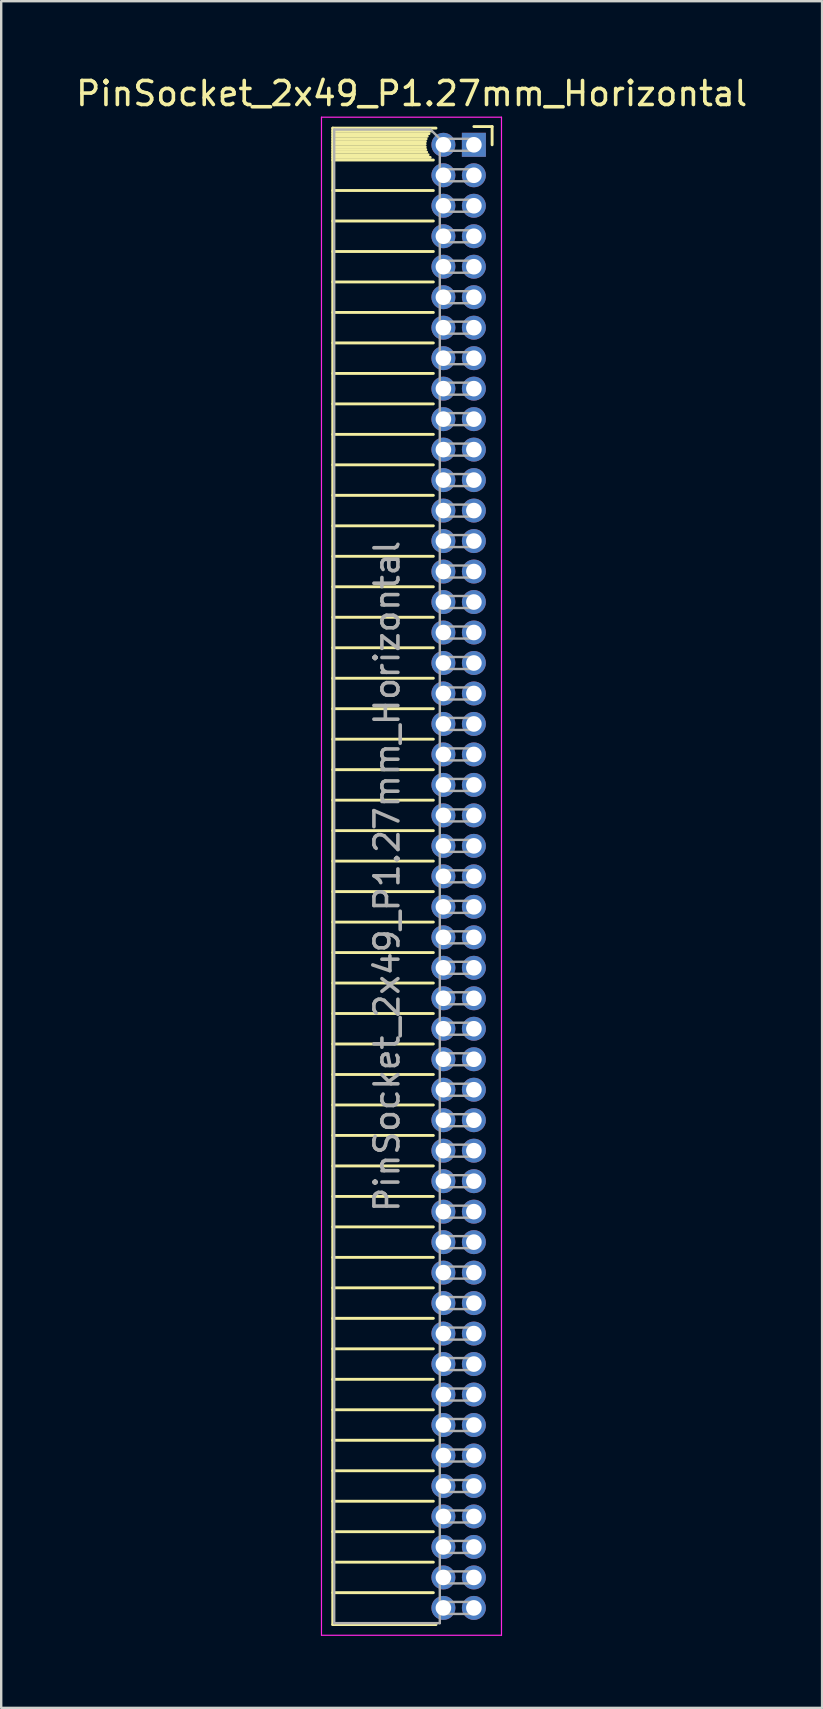
<source format=kicad_pcb>
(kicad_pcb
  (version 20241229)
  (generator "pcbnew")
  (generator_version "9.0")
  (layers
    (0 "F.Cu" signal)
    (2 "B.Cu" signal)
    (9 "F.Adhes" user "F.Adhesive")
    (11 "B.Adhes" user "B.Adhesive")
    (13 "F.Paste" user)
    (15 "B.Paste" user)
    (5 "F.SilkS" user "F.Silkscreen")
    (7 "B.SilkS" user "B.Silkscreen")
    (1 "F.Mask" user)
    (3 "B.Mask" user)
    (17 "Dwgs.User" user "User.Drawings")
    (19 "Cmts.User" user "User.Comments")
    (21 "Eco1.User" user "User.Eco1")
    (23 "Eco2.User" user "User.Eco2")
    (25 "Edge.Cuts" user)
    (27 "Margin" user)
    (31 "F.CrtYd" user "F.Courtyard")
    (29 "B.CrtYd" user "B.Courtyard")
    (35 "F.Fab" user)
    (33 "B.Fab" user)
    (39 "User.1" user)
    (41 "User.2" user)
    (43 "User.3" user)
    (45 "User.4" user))
  (footprint "PinSocket_2x49_P1.27mm_Horizontal"
    (layer "F.Cu")
    (at 16.694 2.983)
    (property "Reference" "PinSocket_2x49_P1.27mm_Horizontal" (at -2.592 -2.135 0) (layer "F.SilkS") (effects (font (size 1 1) (thickness 0.15))))
    (attr through_hole)
    (fp_line (start -5.88 -0.695) (end -5.88 61.655) (stroke (width 0.12) (type solid)) (layer "F.SilkS"))
    (fp_line (start -5.88 -0.695) (end -1.578 -0.695) (stroke (width 0.12) (type solid)) (layer "F.SilkS"))
    (fp_line (start -5.88 -0.575) (end -1.767 -0.575) (stroke (width 0.12) (type solid)) (layer "F.SilkS"))
    (fp_line (start -5.88 -0.465) (end -1.871 -0.465) (stroke (width 0.12) (type solid)) (layer "F.SilkS"))
    (fp_line (start -5.88 -0.355) (end -1.942 -0.355) (stroke (width 0.12) (type solid)) (layer "F.SilkS"))
    (fp_line (start -5.88 -0.245) (end -1.989 -0.245) (stroke (width 0.12) (type solid)) (layer "F.SilkS"))
    (fp_line (start -5.88 -0.135) (end -2.018 -0.135) (stroke (width 0.12) (type solid)) (layer "F.SilkS"))
    (fp_line (start -5.88 -0.025) (end -2.03 -0.025) (stroke (width 0.12) (type solid)) (layer "F.SilkS"))
    (fp_line (start -5.88 0.085) (end -2.025 0.085) (stroke (width 0.12) (type solid)) (layer "F.SilkS"))
    (fp_line (start -5.88 0.195) (end -2.005 0.195) (stroke (width 0.12) (type solid)) (layer "F.SilkS"))
    (fp_line (start -5.88 0.305) (end -1.966 0.305) (stroke (width 0.12) (type solid)) (layer "F.SilkS"))
    (fp_line (start -5.88 0.415) (end -1.907 0.415) (stroke (width 0.12) (type solid)) (layer "F.SilkS"))
    (fp_line (start -5.88 0.525) (end -1.82 0.525) (stroke (width 0.12) (type solid)) (layer "F.SilkS"))
    (fp_line (start -5.88 0.635) (end -1.688 0.635) (stroke (width 0.12) (type solid)) (layer "F.SilkS"))
    (fp_line (start -5.88 1.905) (end -1.688 1.905) (stroke (width 0.12) (type solid)) (layer "F.SilkS"))
    (fp_line (start -5.88 3.175) (end -1.688 3.175) (stroke (width 0.12) (type solid)) (layer "F.SilkS"))
    (fp_line (start -5.88 4.445) (end -1.688 4.445) (stroke (width 0.12) (type solid)) (layer "F.SilkS"))
    (fp_line (start -5.88 5.715) (end -1.688 5.715) (stroke (width 0.12) (type solid)) (layer "F.SilkS"))
    (fp_line (start -5.88 6.985) (end -1.688 6.985) (stroke (width 0.12) (type solid)) (layer "F.SilkS"))
    (fp_line (start -5.88 8.255) (end -1.688 8.255) (stroke (width 0.12) (type solid)) (layer "F.SilkS"))
    (fp_line (start -5.88 9.525) (end -1.688 9.525) (stroke (width 0.12) (type solid)) (layer "F.SilkS"))
    (fp_line (start -5.88 10.795) (end -1.688 10.795) (stroke (width 0.12) (type solid)) (layer "F.SilkS"))
    (fp_line (start -5.88 12.065) (end -1.688 12.065) (stroke (width 0.12) (type solid)) (layer "F.SilkS"))
    (fp_line (start -5.88 13.335) (end -1.688 13.335) (stroke (width 0.12) (type solid)) (layer "F.SilkS"))
    (fp_line (start -5.88 14.605) (end -1.688 14.605) (stroke (width 0.12) (type solid)) (layer "F.SilkS"))
    (fp_line (start -5.88 15.875) (end -1.688 15.875) (stroke (width 0.12) (type solid)) (layer "F.SilkS"))
    (fp_line (start -5.88 17.145) (end -1.688 17.145) (stroke (width 0.12) (type solid)) (layer "F.SilkS"))
    (fp_line (start -5.88 18.415) (end -1.688 18.415) (stroke (width 0.12) (type solid)) (layer "F.SilkS"))
    (fp_line (start -5.88 19.685) (end -1.688 19.685) (stroke (width 0.12) (type solid)) (layer "F.SilkS"))
    (fp_line (start -5.88 20.955) (end -1.688 20.955) (stroke (width 0.12) (type solid)) (layer "F.SilkS"))
    (fp_line (start -5.88 22.225) (end -1.688 22.225) (stroke (width 0.12) (type solid)) (layer "F.SilkS"))
    (fp_line (start -5.88 23.495) (end -1.688 23.495) (stroke (width 0.12) (type solid)) (layer "F.SilkS"))
    (fp_line (start -5.88 24.765) (end -1.688 24.765) (stroke (width 0.12) (type solid)) (layer "F.SilkS"))
    (fp_line (start -5.88 26.035) (end -1.688 26.035) (stroke (width 0.12) (type solid)) (layer "F.SilkS"))
    (fp_line (start -5.88 27.305) (end -1.688 27.305) (stroke (width 0.12) (type solid)) (layer "F.SilkS"))
    (fp_line (start -5.88 28.575) (end -1.688 28.575) (stroke (width 0.12) (type solid)) (layer "F.SilkS"))
    (fp_line (start -5.88 29.845) (end -1.688 29.845) (stroke (width 0.12) (type solid)) (layer "F.SilkS"))
    (fp_line (start -5.88 31.115) (end -1.688 31.115) (stroke (width 0.12) (type solid)) (layer "F.SilkS"))
    (fp_line (start -5.88 32.385) (end -1.688 32.385) (stroke (width 0.12) (type solid)) (layer "F.SilkS"))
    (fp_line (start -5.88 33.655) (end -1.688 33.655) (stroke (width 0.12) (type solid)) (layer "F.SilkS"))
    (fp_line (start -5.88 34.925) (end -1.688 34.925) (stroke (width 0.12) (type solid)) (layer "F.SilkS"))
    (fp_line (start -5.88 36.195) (end -1.688 36.195) (stroke (width 0.12) (type solid)) (layer "F.SilkS"))
    (fp_line (start -5.88 37.465) (end -1.688 37.465) (stroke (width 0.12) (type solid)) (layer "F.SilkS"))
    (fp_line (start -5.88 38.735) (end -1.688 38.735) (stroke (width 0.12) (type solid)) (layer "F.SilkS"))
    (fp_line (start -5.88 40.005) (end -1.688 40.005) (stroke (width 0.12) (type solid)) (layer "F.SilkS"))
    (fp_line (start -5.88 41.275) (end -1.688 41.275) (stroke (width 0.12) (type solid)) (layer "F.SilkS"))
    (fp_line (start -5.88 42.545) (end -1.688 42.545) (stroke (width 0.12) (type solid)) (layer "F.SilkS"))
    (fp_line (start -5.88 43.815) (end -1.688 43.815) (stroke (width 0.12) (type solid)) (layer "F.SilkS"))
    (fp_line (start -5.88 45.085) (end -1.688 45.085) (stroke (width 0.12) (type solid)) (layer "F.SilkS"))
    (fp_line (start -5.88 46.355) (end -1.688 46.355) (stroke (width 0.12) (type solid)) (layer "F.SilkS"))
    (fp_line (start -5.88 47.625) (end -1.688 47.625) (stroke (width 0.12) (type solid)) (layer "F.SilkS"))
    (fp_line (start -5.88 48.895) (end -1.688 48.895) (stroke (width 0.12) (type solid)) (layer "F.SilkS"))
    (fp_line (start -5.88 50.165) (end -1.688 50.165) (stroke (width 0.12) (type solid)) (layer "F.SilkS"))
    (fp_line (start -5.88 51.435) (end -1.688 51.435) (stroke (width 0.12) (type solid)) (layer "F.SilkS"))
    (fp_line (start -5.88 52.705) (end -1.688 52.705) (stroke (width 0.12) (type solid)) (layer "F.SilkS"))
    (fp_line (start -5.88 53.975) (end -1.688 53.975) (stroke (width 0.12) (type solid)) (layer "F.SilkS"))
    (fp_line (start -5.88 55.245) (end -1.688 55.245) (stroke (width 0.12) (type solid)) (layer "F.SilkS"))
    (fp_line (start -5.88 56.515) (end -1.688 56.515) (stroke (width 0.12) (type solid)) (layer "F.SilkS"))
    (fp_line (start -5.88 57.785) (end -1.688 57.785) (stroke (width 0.12) (type solid)) (layer "F.SilkS"))
    (fp_line (start -5.88 59.055) (end -1.688 59.055) (stroke (width 0.12) (type solid)) (layer "F.SilkS"))
    (fp_line (start -5.88 60.325) (end -1.688 60.325) (stroke (width 0.12) (type solid)) (layer "F.SilkS"))
    (fp_line (start -5.88 61.655) (end -1.578 61.655) (stroke (width 0.12) (type solid)) (layer "F.SilkS"))
    (fp_line (start 0 -0.76) (end 0.76 -0.76) (stroke (width 0.12) (type solid)) (layer "F.SilkS"))
    (fp_line (start 0.76 -0.76) (end 0.76 0) (stroke (width 0.12) (type solid)) (layer "F.SilkS"))
    (fp_line (start -6.35 -1.15) (end -6.35 62.1) (stroke (width 0.05) (type solid)) (layer "F.CrtYd"))
    (fp_line (start -6.35 62.1) (end 1.15 62.1) (stroke (width 0.05) (type solid)) (layer "F.CrtYd"))
    (fp_line (start 1.15 -1.15) (end -6.35 -1.15) (stroke (width 0.05) (type solid)) (layer "F.CrtYd"))
    (fp_line (start 1.15 62.1) (end 1.15 -1.15) (stroke (width 0.05) (type solid)) (layer "F.CrtYd"))
    (fp_line (start -5.82 -0.635) (end -1.805 -0.635) (stroke (width 0.1) (type solid)) (layer "F.Fab"))
    (fp_line (start -5.82 61.595) (end -5.82 -0.635) (stroke (width 0.1) (type solid)) (layer "F.Fab"))
    (fp_line (start -1.805 -0.635) (end -1.42 -0.25) (stroke (width 0.1) (type solid)) (layer "F.Fab"))
    (fp_line (start -1.42 -0.25) (end -1.42 61.595) (stroke (width 0.1) (type solid)) (layer "F.Fab"))
    (fp_line (start -1.42 0.25) (end 0 0.25) (stroke (width 0.1) (type solid)) (layer "F.Fab"))
    (fp_line (start -1.42 1.52) (end 0 1.52) (stroke (width 0.1) (type solid)) (layer "F.Fab"))
    (fp_line (start -1.42 2.79) (end 0 2.79) (stroke (width 0.1) (type solid)) (layer "F.Fab"))
    (fp_line (start -1.42 4.06) (end 0 4.06) (stroke (width 0.1) (type solid)) (layer "F.Fab"))
    (fp_line (start -1.42 5.33) (end 0 5.33) (stroke (width 0.1) (type solid)) (layer "F.Fab"))
    (fp_line (start -1.42 6.6) (end 0 6.6) (stroke (width 0.1) (type solid)) (layer "F.Fab"))
    (fp_line (start -1.42 7.87) (end 0 7.87) (stroke (width 0.1) (type solid)) (layer "F.Fab"))
    (fp_line (start -1.42 9.14) (end 0 9.14) (stroke (width 0.1) (type solid)) (layer "F.Fab"))
    (fp_line (start -1.42 10.41) (end 0 10.41) (stroke (width 0.1) (type solid)) (layer "F.Fab"))
    (fp_line (start -1.42 11.68) (end 0 11.68) (stroke (width 0.1) (type solid)) (layer "F.Fab"))
    (fp_line (start -1.42 12.95) (end 0 12.95) (stroke (width 0.1) (type solid)) (layer "F.Fab"))
    (fp_line (start -1.42 14.22) (end 0 14.22) (stroke (width 0.1) (type solid)) (layer "F.Fab"))
    (fp_line (start -1.42 15.49) (end 0 15.49) (stroke (width 0.1) (type solid)) (layer "F.Fab"))
    (fp_line (start -1.42 16.76) (end 0 16.76) (stroke (width 0.1) (type solid)) (layer "F.Fab"))
    (fp_line (start -1.42 18.03) (end 0 18.03) (stroke (width 0.1) (type solid)) (layer "F.Fab"))
    (fp_line (start -1.42 19.3) (end 0 19.3) (stroke (width 0.1) (type solid)) (layer "F.Fab"))
    (fp_line (start -1.42 20.57) (end 0 20.57) (stroke (width 0.1) (type solid)) (layer "F.Fab"))
    (fp_line (start -1.42 21.84) (end 0 21.84) (stroke (width 0.1) (type solid)) (layer "F.Fab"))
    (fp_line (start -1.42 23.11) (end 0 23.11) (stroke (width 0.1) (type solid)) (layer "F.Fab"))
    (fp_line (start -1.42 24.38) (end 0 24.38) (stroke (width 0.1) (type solid)) (layer "F.Fab"))
    (fp_line (start -1.42 25.65) (end 0 25.65) (stroke (width 0.1) (type solid)) (layer "F.Fab"))
    (fp_line (start -1.42 26.92) (end 0 26.92) (stroke (width 0.1) (type solid)) (layer "F.Fab"))
    (fp_line (start -1.42 28.19) (end 0 28.19) (stroke (width 0.1) (type solid)) (layer "F.Fab"))
    (fp_line (start -1.42 29.46) (end 0 29.46) (stroke (width 0.1) (type solid)) (layer "F.Fab"))
    (fp_line (start -1.42 30.73) (end 0 30.73) (stroke (width 0.1) (type solid)) (layer "F.Fab"))
    (fp_line (start -1.42 32) (end 0 32) (stroke (width 0.1) (type solid)) (layer "F.Fab"))
    (fp_line (start -1.42 33.27) (end 0 33.27) (stroke (width 0.1) (type solid)) (layer "F.Fab"))
    (fp_line (start -1.42 34.54) (end 0 34.54) (stroke (width 0.1) (type solid)) (layer "F.Fab"))
    (fp_line (start -1.42 35.81) (end 0 35.81) (stroke (width 0.1) (type solid)) (layer "F.Fab"))
    (fp_line (start -1.42 37.08) (end 0 37.08) (stroke (width 0.1) (type solid)) (layer "F.Fab"))
    (fp_line (start -1.42 38.35) (end 0 38.35) (stroke (width 0.1) (type solid)) (layer "F.Fab"))
    (fp_line (start -1.42 39.62) (end 0 39.62) (stroke (width 0.1) (type solid)) (layer "F.Fab"))
    (fp_line (start -1.42 40.89) (end 0 40.89) (stroke (width 0.1) (type solid)) (layer "F.Fab"))
    (fp_line (start -1.42 42.16) (end 0 42.16) (stroke (width 0.1) (type solid)) (layer "F.Fab"))
    (fp_line (start -1.42 43.43) (end 0 43.43) (stroke (width 0.1) (type solid)) (layer "F.Fab"))
    (fp_line (start -1.42 44.7) (end 0 44.7) (stroke (width 0.1) (type solid)) (layer "F.Fab"))
    (fp_line (start -1.42 45.97) (end 0 45.97) (stroke (width 0.1) (type solid)) (layer "F.Fab"))
    (fp_line (start -1.42 47.24) (end 0 47.24) (stroke (width 0.1) (type solid)) (layer "F.Fab"))
    (fp_line (start -1.42 48.51) (end 0 48.51) (stroke (width 0.1) (type solid)) (layer "F.Fab"))
    (fp_line (start -1.42 49.78) (end 0 49.78) (stroke (width 0.1) (type solid)) (layer "F.Fab"))
    (fp_line (start -1.42 51.05) (end 0 51.05) (stroke (width 0.1) (type solid)) (layer "F.Fab"))
    (fp_line (start -1.42 52.32) (end 0 52.32) (stroke (width 0.1) (type solid)) (layer "F.Fab"))
    (fp_line (start -1.42 53.59) (end 0 53.59) (stroke (width 0.1) (type solid)) (layer "F.Fab"))
    (fp_line (start -1.42 54.86) (end 0 54.86) (stroke (width 0.1) (type solid)) (layer "F.Fab"))
    (fp_line (start -1.42 56.13) (end 0 56.13) (stroke (width 0.1) (type solid)) (layer "F.Fab"))
    (fp_line (start -1.42 57.4) (end 0 57.4) (stroke (width 0.1) (type solid)) (layer "F.Fab"))
    (fp_line (start -1.42 58.67) (end 0 58.67) (stroke (width 0.1) (type solid)) (layer "F.Fab"))
    (fp_line (start -1.42 59.94) (end 0 59.94) (stroke (width 0.1) (type solid)) (layer "F.Fab"))
    (fp_line (start -1.42 61.21) (end 0 61.21) (stroke (width 0.1) (type solid)) (layer "F.Fab"))
    (fp_line (start -1.42 61.595) (end -5.82 61.595) (stroke (width 0.1) (type solid)) (layer "F.Fab"))
    (fp_line (start 0 -0.25) (end -1.42 -0.25) (stroke (width 0.1) (type solid)) (layer "F.Fab"))
    (fp_line (start 0 0.25) (end 0 -0.25) (stroke (width 0.1) (type solid)) (layer "F.Fab"))
    (fp_line (start 0 1.02) (end -1.42 1.02) (stroke (width 0.1) (type solid)) (layer "F.Fab"))
    (fp_line (start 0 1.52) (end 0 1.02) (stroke (width 0.1) (type solid)) (layer "F.Fab"))
    (fp_line (start 0 2.29) (end -1.42 2.29) (stroke (width 0.1) (type solid)) (layer "F.Fab"))
    (fp_line (start 0 2.79) (end 0 2.29) (stroke (width 0.1) (type solid)) (layer "F.Fab"))
    (fp_line (start 0 3.56) (end -1.42 3.56) (stroke (width 0.1) (type solid)) (layer "F.Fab"))
    (fp_line (start 0 4.06) (end 0 3.56) (stroke (width 0.1) (type solid)) (layer "F.Fab"))
    (fp_line (start 0 4.83) (end -1.42 4.83) (stroke (width 0.1) (type solid)) (layer "F.Fab"))
    (fp_line (start 0 5.33) (end 0 4.83) (stroke (width 0.1) (type solid)) (layer "F.Fab"))
    (fp_line (start 0 6.1) (end -1.42 6.1) (stroke (width 0.1) (type solid)) (layer "F.Fab"))
    (fp_line (start 0 6.6) (end 0 6.1) (stroke (width 0.1) (type solid)) (layer "F.Fab"))
    (fp_line (start 0 7.37) (end -1.42 7.37) (stroke (width 0.1) (type solid)) (layer "F.Fab"))
    (fp_line (start 0 7.87) (end 0 7.37) (stroke (width 0.1) (type solid)) (layer "F.Fab"))
    (fp_line (start 0 8.64) (end -1.42 8.64) (stroke (width 0.1) (type solid)) (layer "F.Fab"))
    (fp_line (start 0 9.14) (end 0 8.64) (stroke (width 0.1) (type solid)) (layer "F.Fab"))
    (fp_line (start 0 9.91) (end -1.42 9.91) (stroke (width 0.1) (type solid)) (layer "F.Fab"))
    (fp_line (start 0 10.41) (end 0 9.91) (stroke (width 0.1) (type solid)) (layer "F.Fab"))
    (fp_line (start 0 11.18) (end -1.42 11.18) (stroke (width 0.1) (type solid)) (layer "F.Fab"))
    (fp_line (start 0 11.68) (end 0 11.18) (stroke (width 0.1) (type solid)) (layer "F.Fab"))
    (fp_line (start 0 12.45) (end -1.42 12.45) (stroke (width 0.1) (type solid)) (layer "F.Fab"))
    (fp_line (start 0 12.95) (end 0 12.45) (stroke (width 0.1) (type solid)) (layer "F.Fab"))
    (fp_line (start 0 13.72) (end -1.42 13.72) (stroke (width 0.1) (type solid)) (layer "F.Fab"))
    (fp_line (start 0 14.22) (end 0 13.72) (stroke (width 0.1) (type solid)) (layer "F.Fab"))
    (fp_line (start 0 14.99) (end -1.42 14.99) (stroke (width 0.1) (type solid)) (layer "F.Fab"))
    (fp_line (start 0 15.49) (end 0 14.99) (stroke (width 0.1) (type solid)) (layer "F.Fab"))
    (fp_line (start 0 16.26) (end -1.42 16.26) (stroke (width 0.1) (type solid)) (layer "F.Fab"))
    (fp_line (start 0 16.76) (end 0 16.26) (stroke (width 0.1) (type solid)) (layer "F.Fab"))
    (fp_line (start 0 17.53) (end -1.42 17.53) (stroke (width 0.1) (type solid)) (layer "F.Fab"))
    (fp_line (start 0 18.03) (end 0 17.53) (stroke (width 0.1) (type solid)) (layer "F.Fab"))
    (fp_line (start 0 18.8) (end -1.42 18.8) (stroke (width 0.1) (type solid)) (layer "F.Fab"))
    (fp_line (start 0 19.3) (end 0 18.8) (stroke (width 0.1) (type solid)) (layer "F.Fab"))
    (fp_line (start 0 20.07) (end -1.42 20.07) (stroke (width 0.1) (type solid)) (layer "F.Fab"))
    (fp_line (start 0 20.57) (end 0 20.07) (stroke (width 0.1) (type solid)) (layer "F.Fab"))
    (fp_line (start 0 21.34) (end -1.42 21.34) (stroke (width 0.1) (type solid)) (layer "F.Fab"))
    (fp_line (start 0 21.84) (end 0 21.34) (stroke (width 0.1) (type solid)) (layer "F.Fab"))
    (fp_line (start 0 22.61) (end -1.42 22.61) (stroke (width 0.1) (type solid)) (layer "F.Fab"))
    (fp_line (start 0 23.11) (end 0 22.61) (stroke (width 0.1) (type solid)) (layer "F.Fab"))
    (fp_line (start 0 23.88) (end -1.42 23.88) (stroke (width 0.1) (type solid)) (layer "F.Fab"))
    (fp_line (start 0 24.38) (end 0 23.88) (stroke (width 0.1) (type solid)) (layer "F.Fab"))
    (fp_line (start 0 25.15) (end -1.42 25.15) (stroke (width 0.1) (type solid)) (layer "F.Fab"))
    (fp_line (start 0 25.65) (end 0 25.15) (stroke (width 0.1) (type solid)) (layer "F.Fab"))
    (fp_line (start 0 26.42) (end -1.42 26.42) (stroke (width 0.1) (type solid)) (layer "F.Fab"))
    (fp_line (start 0 26.92) (end 0 26.42) (stroke (width 0.1) (type solid)) (layer "F.Fab"))
    (fp_line (start 0 27.69) (end -1.42 27.69) (stroke (width 0.1) (type solid)) (layer "F.Fab"))
    (fp_line (start 0 28.19) (end 0 27.69) (stroke (width 0.1) (type solid)) (layer "F.Fab"))
    (fp_line (start 0 28.96) (end -1.42 28.96) (stroke (width 0.1) (type solid)) (layer "F.Fab"))
    (fp_line (start 0 29.46) (end 0 28.96) (stroke (width 0.1) (type solid)) (layer "F.Fab"))
    (fp_line (start 0 30.23) (end -1.42 30.23) (stroke (width 0.1) (type solid)) (layer "F.Fab"))
    (fp_line (start 0 30.73) (end 0 30.23) (stroke (width 0.1) (type solid)) (layer "F.Fab"))
    (fp_line (start 0 31.5) (end -1.42 31.5) (stroke (width 0.1) (type solid)) (layer "F.Fab"))
    (fp_line (start 0 32) (end 0 31.5) (stroke (width 0.1) (type solid)) (layer "F.Fab"))
    (fp_line (start 0 32.77) (end -1.42 32.77) (stroke (width 0.1) (type solid)) (layer "F.Fab"))
    (fp_line (start 0 33.27) (end 0 32.77) (stroke (width 0.1) (type solid)) (layer "F.Fab"))
    (fp_line (start 0 34.04) (end -1.42 34.04) (stroke (width 0.1) (type solid)) (layer "F.Fab"))
    (fp_line (start 0 34.54) (end 0 34.04) (stroke (width 0.1) (type solid)) (layer "F.Fab"))
    (fp_line (start 0 35.31) (end -1.42 35.31) (stroke (width 0.1) (type solid)) (layer "F.Fab"))
    (fp_line (start 0 35.81) (end 0 35.31) (stroke (width 0.1) (type solid)) (layer "F.Fab"))
    (fp_line (start 0 36.58) (end -1.42 36.58) (stroke (width 0.1) (type solid)) (layer "F.Fab"))
    (fp_line (start 0 37.08) (end 0 36.58) (stroke (width 0.1) (type solid)) (layer "F.Fab"))
    (fp_line (start 0 37.85) (end -1.42 37.85) (stroke (width 0.1) (type solid)) (layer "F.Fab"))
    (fp_line (start 0 38.35) (end 0 37.85) (stroke (width 0.1) (type solid)) (layer "F.Fab"))
    (fp_line (start 0 39.12) (end -1.42 39.12) (stroke (width 0.1) (type solid)) (layer "F.Fab"))
    (fp_line (start 0 39.62) (end 0 39.12) (stroke (width 0.1) (type solid)) (layer "F.Fab"))
    (fp_line (start 0 40.39) (end -1.42 40.39) (stroke (width 0.1) (type solid)) (layer "F.Fab"))
    (fp_line (start 0 40.89) (end 0 40.39) (stroke (width 0.1) (type solid)) (layer "F.Fab"))
    (fp_line (start 0 41.66) (end -1.42 41.66) (stroke (width 0.1) (type solid)) (layer "F.Fab"))
    (fp_line (start 0 42.16) (end 0 41.66) (stroke (width 0.1) (type solid)) (layer "F.Fab"))
    (fp_line (start 0 42.93) (end -1.42 42.93) (stroke (width 0.1) (type solid)) (layer "F.Fab"))
    (fp_line (start 0 43.43) (end 0 42.93) (stroke (width 0.1) (type solid)) (layer "F.Fab"))
    (fp_line (start 0 44.2) (end -1.42 44.2) (stroke (width 0.1) (type solid)) (layer "F.Fab"))
    (fp_line (start 0 44.7) (end 0 44.2) (stroke (width 0.1) (type solid)) (layer "F.Fab"))
    (fp_line (start 0 45.47) (end -1.42 45.47) (stroke (width 0.1) (type solid)) (layer "F.Fab"))
    (fp_line (start 0 45.97) (end 0 45.47) (stroke (width 0.1) (type solid)) (layer "F.Fab"))
    (fp_line (start 0 46.74) (end -1.42 46.74) (stroke (width 0.1) (type solid)) (layer "F.Fab"))
    (fp_line (start 0 47.24) (end 0 46.74) (stroke (width 0.1) (type solid)) (layer "F.Fab"))
    (fp_line (start 0 48.01) (end -1.42 48.01) (stroke (width 0.1) (type solid)) (layer "F.Fab"))
    (fp_line (start 0 48.51) (end 0 48.01) (stroke (width 0.1) (type solid)) (layer "F.Fab"))
    (fp_line (start 0 49.28) (end -1.42 49.28) (stroke (width 0.1) (type solid)) (layer "F.Fab"))
    (fp_line (start 0 49.78) (end 0 49.28) (stroke (width 0.1) (type solid)) (layer "F.Fab"))
    (fp_line (start 0 50.55) (end -1.42 50.55) (stroke (width 0.1) (type solid)) (layer "F.Fab"))
    (fp_line (start 0 51.05) (end 0 50.55) (stroke (width 0.1) (type solid)) (layer "F.Fab"))
    (fp_line (start 0 51.82) (end -1.42 51.82) (stroke (width 0.1) (type solid)) (layer "F.Fab"))
    (fp_line (start 0 52.32) (end 0 51.82) (stroke (width 0.1) (type solid)) (layer "F.Fab"))
    (fp_line (start 0 53.09) (end -1.42 53.09) (stroke (width 0.1) (type solid)) (layer "F.Fab"))
    (fp_line (start 0 53.59) (end 0 53.09) (stroke (width 0.1) (type solid)) (layer "F.Fab"))
    (fp_line (start 0 54.36) (end -1.42 54.36) (stroke (width 0.1) (type solid)) (layer "F.Fab"))
    (fp_line (start 0 54.86) (end 0 54.36) (stroke (width 0.1) (type solid)) (layer "F.Fab"))
    (fp_line (start 0 55.63) (end -1.42 55.63) (stroke (width 0.1) (type solid)) (layer "F.Fab"))
    (fp_line (start 0 56.13) (end 0 55.63) (stroke (width 0.1) (type solid)) (layer "F.Fab"))
    (fp_line (start 0 56.9) (end -1.42 56.9) (stroke (width 0.1) (type solid)) (layer "F.Fab"))
    (fp_line (start 0 57.4) (end 0 56.9) (stroke (width 0.1) (type solid)) (layer "F.Fab"))
    (fp_line (start 0 58.17) (end -1.42 58.17) (stroke (width 0.1) (type solid)) (layer "F.Fab"))
    (fp_line (start 0 58.67) (end 0 58.17) (stroke (width 0.1) (type solid)) (layer "F.Fab"))
    (fp_line (start 0 59.44) (end -1.42 59.44) (stroke (width 0.1) (type solid)) (layer "F.Fab"))
    (fp_line (start 0 59.94) (end 0 59.44) (stroke (width 0.1) (type solid)) (layer "F.Fab"))
    (fp_line (start 0 60.71) (end -1.42 60.71) (stroke (width 0.1) (type solid)) (layer "F.Fab"))
    (fp_line (start 0 61.21) (end 0 60.71) (stroke (width 0.1) (type solid)) (layer "F.Fab"))
    (fp_text user "${REFERENCE}" (at -3.62 30.48 90) (layer "F.Fab") (effects (font (size 1 1) (thickness 0.15))))
    (pad "1" thru_hole rect (at 0 0) (size 1 1) (drill 0.65) (layers "*.Cu" "*.Mask"))
    (pad "2" thru_hole circle (at -1.27 0) (size 1 1) (drill 0.65) (layers "*.Cu" "*.Mask"))
    (pad "3" thru_hole circle (at 0 1.27) (size 1 1) (drill 0.65) (layers "*.Cu" "*.Mask"))
    (pad "4" thru_hole circle (at -1.27 1.27) (size 1 1) (drill 0.65) (layers "*.Cu" "*.Mask"))
    (pad "5" thru_hole circle (at 0 2.54) (size 1 1) (drill 0.65) (layers "*.Cu" "*.Mask"))
    (pad "6" thru_hole circle (at -1.27 2.54) (size 1 1) (drill 0.65) (layers "*.Cu" "*.Mask"))
    (pad "7" thru_hole circle (at 0 3.81) (size 1 1) (drill 0.65) (layers "*.Cu" "*.Mask"))
    (pad "8" thru_hole circle (at -1.27 3.81) (size 1 1) (drill 0.65) (layers "*.Cu" "*.Mask"))
    (pad "9" thru_hole circle (at 0 5.08) (size 1 1) (drill 0.65) (layers "*.Cu" "*.Mask"))
    (pad "10" thru_hole circle (at -1.27 5.08) (size 1 1) (drill 0.65) (layers "*.Cu" "*.Mask"))
    (pad "11" thru_hole circle (at 0 6.35) (size 1 1) (drill 0.65) (layers "*.Cu" "*.Mask"))
    (pad "12" thru_hole circle (at -1.27 6.35) (size 1 1) (drill 0.65) (layers "*.Cu" "*.Mask"))
    (pad "13" thru_hole circle (at 0 7.62) (size 1 1) (drill 0.65) (layers "*.Cu" "*.Mask"))
    (pad "14" thru_hole circle (at -1.27 7.62) (size 1 1) (drill 0.65) (layers "*.Cu" "*.Mask"))
    (pad "15" thru_hole circle (at 0 8.89) (size 1 1) (drill 0.65) (layers "*.Cu" "*.Mask"))
    (pad "16" thru_hole circle (at -1.27 8.89) (size 1 1) (drill 0.65) (layers "*.Cu" "*.Mask"))
    (pad "17" thru_hole circle (at 0 10.16) (size 1 1) (drill 0.65) (layers "*.Cu" "*.Mask"))
    (pad "18" thru_hole circle (at -1.27 10.16) (size 1 1) (drill 0.65) (layers "*.Cu" "*.Mask"))
    (pad "19" thru_hole circle (at 0 11.43) (size 1 1) (drill 0.65) (layers "*.Cu" "*.Mask"))
    (pad "20" thru_hole circle (at -1.27 11.43) (size 1 1) (drill 0.65) (layers "*.Cu" "*.Mask"))
    (pad "21" thru_hole circle (at 0 12.7) (size 1 1) (drill 0.65) (layers "*.Cu" "*.Mask"))
    (pad "22" thru_hole circle (at -1.27 12.7) (size 1 1) (drill 0.65) (layers "*.Cu" "*.Mask"))
    (pad "23" thru_hole circle (at 0 13.97) (size 1 1) (drill 0.65) (layers "*.Cu" "*.Mask"))
    (pad "24" thru_hole circle (at -1.27 13.97) (size 1 1) (drill 0.65) (layers "*.Cu" "*.Mask"))
    (pad "25" thru_hole circle (at 0 15.24) (size 1 1) (drill 0.65) (layers "*.Cu" "*.Mask"))
    (pad "26" thru_hole circle (at -1.27 15.24) (size 1 1) (drill 0.65) (layers "*.Cu" "*.Mask"))
    (pad "27" thru_hole circle (at 0 16.51) (size 1 1) (drill 0.65) (layers "*.Cu" "*.Mask"))
    (pad "28" thru_hole circle (at -1.27 16.51) (size 1 1) (drill 0.65) (layers "*.Cu" "*.Mask"))
    (pad "29" thru_hole circle (at 0 17.78) (size 1 1) (drill 0.65) (layers "*.Cu" "*.Mask"))
    (pad "30" thru_hole circle (at -1.27 17.78) (size 1 1) (drill 0.65) (layers "*.Cu" "*.Mask"))
    (pad "31" thru_hole circle (at 0 19.05) (size 1 1) (drill 0.65) (layers "*.Cu" "*.Mask"))
    (pad "32" thru_hole circle (at -1.27 19.05) (size 1 1) (drill 0.65) (layers "*.Cu" "*.Mask"))
    (pad "33" thru_hole circle (at 0 20.32) (size 1 1) (drill 0.65) (layers "*.Cu" "*.Mask"))
    (pad "34" thru_hole circle (at -1.27 20.32) (size 1 1) (drill 0.65) (layers "*.Cu" "*.Mask"))
    (pad "35" thru_hole circle (at 0 21.59) (size 1 1) (drill 0.65) (layers "*.Cu" "*.Mask"))
    (pad "36" thru_hole circle (at -1.27 21.59) (size 1 1) (drill 0.65) (layers "*.Cu" "*.Mask"))
    (pad "37" thru_hole circle (at 0 22.86) (size 1 1) (drill 0.65) (layers "*.Cu" "*.Mask"))
    (pad "38" thru_hole circle (at -1.27 22.86) (size 1 1) (drill 0.65) (layers "*.Cu" "*.Mask"))
    (pad "39" thru_hole circle (at 0 24.13) (size 1 1) (drill 0.65) (layers "*.Cu" "*.Mask"))
    (pad "40" thru_hole circle (at -1.27 24.13) (size 1 1) (drill 0.65) (layers "*.Cu" "*.Mask"))
    (pad "41" thru_hole circle (at 0 25.4) (size 1 1) (drill 0.65) (layers "*.Cu" "*.Mask"))
    (pad "42" thru_hole circle (at -1.27 25.4) (size 1 1) (drill 0.65) (layers "*.Cu" "*.Mask"))
    (pad "43" thru_hole circle (at 0 26.67) (size 1 1) (drill 0.65) (layers "*.Cu" "*.Mask"))
    (pad "44" thru_hole circle (at -1.27 26.67) (size 1 1) (drill 0.65) (layers "*.Cu" "*.Mask"))
    (pad "45" thru_hole circle (at 0 27.94) (size 1 1) (drill 0.65) (layers "*.Cu" "*.Mask"))
    (pad "46" thru_hole circle (at -1.27 27.94) (size 1 1) (drill 0.65) (layers "*.Cu" "*.Mask"))
    (pad "47" thru_hole circle (at 0 29.21) (size 1 1) (drill 0.65) (layers "*.Cu" "*.Mask"))
    (pad "48" thru_hole circle (at -1.27 29.21) (size 1 1) (drill 0.65) (layers "*.Cu" "*.Mask"))
    (pad "49" thru_hole circle (at 0 30.48) (size 1 1) (drill 0.65) (layers "*.Cu" "*.Mask"))
    (pad "50" thru_hole circle (at -1.27 30.48) (size 1 1) (drill 0.65) (layers "*.Cu" "*.Mask"))
    (pad "51" thru_hole circle (at 0 31.75) (size 1 1) (drill 0.65) (layers "*.Cu" "*.Mask"))
    (pad "52" thru_hole circle (at -1.27 31.75) (size 1 1) (drill 0.65) (layers "*.Cu" "*.Mask"))
    (pad "53" thru_hole circle (at 0 33.02) (size 1 1) (drill 0.65) (layers "*.Cu" "*.Mask"))
    (pad "54" thru_hole circle (at -1.27 33.02) (size 1 1) (drill 0.65) (layers "*.Cu" "*.Mask"))
    (pad "55" thru_hole circle (at 0 34.29) (size 1 1) (drill 0.65) (layers "*.Cu" "*.Mask"))
    (pad "56" thru_hole circle (at -1.27 34.29) (size 1 1) (drill 0.65) (layers "*.Cu" "*.Mask"))
    (pad "57" thru_hole circle (at 0 35.56) (size 1 1) (drill 0.65) (layers "*.Cu" "*.Mask"))
    (pad "58" thru_hole circle (at -1.27 35.56) (size 1 1) (drill 0.65) (layers "*.Cu" "*.Mask"))
    (pad "59" thru_hole circle (at 0 36.83) (size 1 1) (drill 0.65) (layers "*.Cu" "*.Mask"))
    (pad "60" thru_hole circle (at -1.27 36.83) (size 1 1) (drill 0.65) (layers "*.Cu" "*.Mask"))
    (pad "61" thru_hole circle (at 0 38.1) (size 1 1) (drill 0.65) (layers "*.Cu" "*.Mask"))
    (pad "62" thru_hole circle (at -1.27 38.1) (size 1 1) (drill 0.65) (layers "*.Cu" "*.Mask"))
    (pad "63" thru_hole circle (at 0 39.37) (size 1 1) (drill 0.65) (layers "*.Cu" "*.Mask"))
    (pad "64" thru_hole circle (at -1.27 39.37) (size 1 1) (drill 0.65) (layers "*.Cu" "*.Mask"))
    (pad "65" thru_hole circle (at 0 40.64) (size 1 1) (drill 0.65) (layers "*.Cu" "*.Mask"))
    (pad "66" thru_hole circle (at -1.27 40.64) (size 1 1) (drill 0.65) (layers "*.Cu" "*.Mask"))
    (pad "67" thru_hole circle (at 0 41.91) (size 1 1) (drill 0.65) (layers "*.Cu" "*.Mask"))
    (pad "68" thru_hole circle (at -1.27 41.91) (size 1 1) (drill 0.65) (layers "*.Cu" "*.Mask"))
    (pad "69" thru_hole circle (at 0 43.18) (size 1 1) (drill 0.65) (layers "*.Cu" "*.Mask"))
    (pad "70" thru_hole circle (at -1.27 43.18) (size 1 1) (drill 0.65) (layers "*.Cu" "*.Mask"))
    (pad "71" thru_hole circle (at 0 44.45) (size 1 1) (drill 0.65) (layers "*.Cu" "*.Mask"))
    (pad "72" thru_hole circle (at -1.27 44.45) (size 1 1) (drill 0.65) (layers "*.Cu" "*.Mask"))
    (pad "73" thru_hole circle (at 0 45.72) (size 1 1) (drill 0.65) (layers "*.Cu" "*.Mask"))
    (pad "74" thru_hole circle (at -1.27 45.72) (size 1 1) (drill 0.65) (layers "*.Cu" "*.Mask"))
    (pad "75" thru_hole circle (at 0 46.99) (size 1 1) (drill 0.65) (layers "*.Cu" "*.Mask"))
    (pad "76" thru_hole circle (at -1.27 46.99) (size 1 1) (drill 0.65) (layers "*.Cu" "*.Mask"))
    (pad "77" thru_hole circle (at 0 48.26) (size 1 1) (drill 0.65) (layers "*.Cu" "*.Mask"))
    (pad "78" thru_hole circle (at -1.27 48.26) (size 1 1) (drill 0.65) (layers "*.Cu" "*.Mask"))
    (pad "79" thru_hole circle (at 0 49.53) (size 1 1) (drill 0.65) (layers "*.Cu" "*.Mask"))
    (pad "80" thru_hole circle (at -1.27 49.53) (size 1 1) (drill 0.65) (layers "*.Cu" "*.Mask"))
    (pad "81" thru_hole circle (at 0 50.8) (size 1 1) (drill 0.65) (layers "*.Cu" "*.Mask"))
    (pad "82" thru_hole circle (at -1.27 50.8) (size 1 1) (drill 0.65) (layers "*.Cu" "*.Mask"))
    (pad "83" thru_hole circle (at 0 52.07) (size 1 1) (drill 0.65) (layers "*.Cu" "*.Mask"))
    (pad "84" thru_hole circle (at -1.27 52.07) (size 1 1) (drill 0.65) (layers "*.Cu" "*.Mask"))
    (pad "85" thru_hole circle (at 0 53.34) (size 1 1) (drill 0.65) (layers "*.Cu" "*.Mask"))
    (pad "86" thru_hole circle (at -1.27 53.34) (size 1 1) (drill 0.65) (layers "*.Cu" "*.Mask"))
    (pad "87" thru_hole circle (at 0 54.61) (size 1 1) (drill 0.65) (layers "*.Cu" "*.Mask"))
    (pad "88" thru_hole circle (at -1.27 54.61) (size 1 1) (drill 0.65) (layers "*.Cu" "*.Mask"))
    (pad "89" thru_hole circle (at 0 55.88) (size 1 1) (drill 0.65) (layers "*.Cu" "*.Mask"))
    (pad "90" thru_hole circle (at -1.27 55.88) (size 1 1) (drill 0.65) (layers "*.Cu" "*.Mask"))
    (pad "91" thru_hole circle (at 0 57.15) (size 1 1) (drill 0.65) (layers "*.Cu" "*.Mask"))
    (pad "92" thru_hole circle (at -1.27 57.15) (size 1 1) (drill 0.65) (layers "*.Cu" "*.Mask"))
    (pad "93" thru_hole circle (at 0 58.42) (size 1 1) (drill 0.65) (layers "*.Cu" "*.Mask"))
    (pad "94" thru_hole circle (at -1.27 58.42) (size 1 1) (drill 0.65) (layers "*.Cu" "*.Mask"))
    (pad "95" thru_hole circle (at 0 59.69) (size 1 1) (drill 0.65) (layers "*.Cu" "*.Mask"))
    (pad "96" thru_hole circle (at -1.27 59.69) (size 1 1) (drill 0.65) (layers "*.Cu" "*.Mask"))
    (pad "97" thru_hole circle (at 0 60.96) (size 1 1) (drill 0.65) (layers "*.Cu" "*.Mask"))
    (pad "98" thru_hole circle (at -1.27 60.96) (size 1 1) (drill 0.65) (layers "*.Cu" "*.Mask")))
  (gr_rect
    (start -3 -3)
    (end 31.202 68.108)
    (stroke (width 0.1) (type default))
    (fill no)
    (layer "Edge.Cuts")))
</source>
